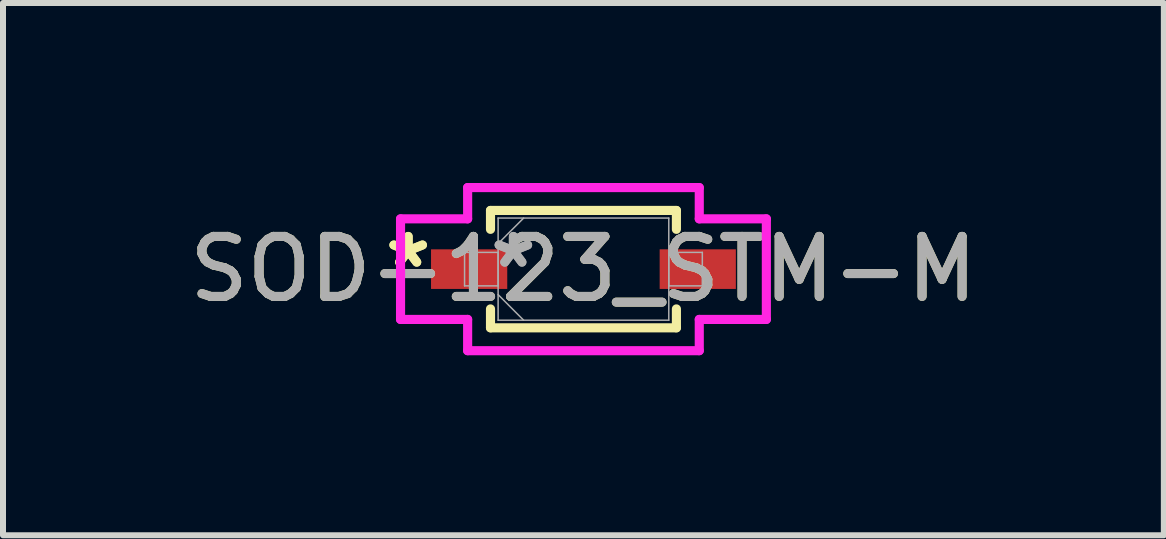
<source format=kicad_pcb>
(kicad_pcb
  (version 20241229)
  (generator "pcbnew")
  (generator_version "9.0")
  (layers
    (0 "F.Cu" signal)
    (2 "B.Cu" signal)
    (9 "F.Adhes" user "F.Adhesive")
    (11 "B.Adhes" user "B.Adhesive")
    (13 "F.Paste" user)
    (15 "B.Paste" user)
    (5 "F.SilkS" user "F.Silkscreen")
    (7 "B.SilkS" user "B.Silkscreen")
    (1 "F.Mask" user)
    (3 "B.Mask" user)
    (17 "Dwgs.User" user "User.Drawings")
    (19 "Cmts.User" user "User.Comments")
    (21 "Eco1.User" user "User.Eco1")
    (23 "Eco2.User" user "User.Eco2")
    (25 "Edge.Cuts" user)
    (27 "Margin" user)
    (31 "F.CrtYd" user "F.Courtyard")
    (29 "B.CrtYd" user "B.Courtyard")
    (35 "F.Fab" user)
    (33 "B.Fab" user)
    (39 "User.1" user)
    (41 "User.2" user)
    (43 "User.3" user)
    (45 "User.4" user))
  (footprint "SOD-123_STM-M"
    (layer "F.Cu")
    (at 6.673 1.435)
    (property "Reference" "SOD-123_STM-M" (at 0 0 0) (unlocked yes) (layer "F.SilkS") (effects (font (size 1 1) (thickness 0.15))))
    (attr smd)
    (fp_line (start -1.549 -0.978) (end -1.549 -0.663) (stroke (width 0.152) (type solid)) (layer "F.SilkS"))
    (fp_line (start -1.549 0.663) (end -1.549 0.978) (stroke (width 0.152) (type solid)) (layer "F.SilkS"))
    (fp_line (start -1.549 0.978) (end 1.549 0.978) (stroke (width 0.152) (type solid)) (layer "F.SilkS"))
    (fp_line (start 1.549 -0.978) (end -1.549 -0.978) (stroke (width 0.152) (type solid)) (layer "F.SilkS"))
    (fp_line (start 1.549 -0.663) (end 1.549 -0.978) (stroke (width 0.152) (type solid)) (layer "F.SilkS"))
    (fp_line (start 1.549 0.978) (end 1.549 0.663) (stroke (width 0.152) (type solid)) (layer "F.SilkS"))
    (fp_line (start -3.048 -0.838) (end -1.93 -0.838) (stroke (width 0.152) (type solid)) (layer "F.CrtYd"))
    (fp_line (start -3.048 0.838) (end -3.048 -0.838) (stroke (width 0.152) (type solid)) (layer "F.CrtYd"))
    (fp_line (start -1.93 -1.359) (end 1.93 -1.359) (stroke (width 0.152) (type solid)) (layer "F.CrtYd"))
    (fp_line (start -1.93 -0.838) (end -1.93 -1.359) (stroke (width 0.152) (type solid)) (layer "F.CrtYd"))
    (fp_line (start -1.93 0.838) (end -3.048 0.838) (stroke (width 0.152) (type solid)) (layer "F.CrtYd"))
    (fp_line (start -1.93 1.359) (end -1.93 0.838) (stroke (width 0.152) (type solid)) (layer "F.CrtYd"))
    (fp_line (start 1.93 -1.359) (end 1.93 -0.838) (stroke (width 0.152) (type solid)) (layer "F.CrtYd"))
    (fp_line (start 1.93 -0.838) (end 3.048 -0.838) (stroke (width 0.152) (type solid)) (layer "F.CrtYd"))
    (fp_line (start 1.93 0.838) (end 1.93 1.359) (stroke (width 0.152) (type solid)) (layer "F.CrtYd"))
    (fp_line (start 1.93 1.359) (end -1.93 1.359) (stroke (width 0.152) (type solid)) (layer "F.CrtYd"))
    (fp_line (start 3.048 -0.838) (end 3.048 0.838) (stroke (width 0.152) (type solid)) (layer "F.CrtYd"))
    (fp_line (start 3.048 0.838) (end 1.93 0.838) (stroke (width 0.152) (type solid)) (layer "F.CrtYd"))
    (fp_line (start -1.981 -0.279) (end -1.981 0.279) (stroke (width 0.025) (type solid)) (layer "F.Fab"))
    (fp_line (start -1.981 0.279) (end -1.422 0.279) (stroke (width 0.025) (type solid)) (layer "F.Fab"))
    (fp_line (start -1.422 -0.851) (end -1.422 0.851) (stroke (width 0.025) (type solid)) (layer "F.Fab"))
    (fp_line (start -1.422 -0.425) (end -0.997 -0.851) (stroke (width 0.025) (type solid)) (layer "F.Fab"))
    (fp_line (start -1.422 -0.279) (end -1.981 -0.279) (stroke (width 0.025) (type solid)) (layer "F.Fab"))
    (fp_line (start -1.422 0.279) (end -1.422 -0.279) (stroke (width 0.025) (type solid)) (layer "F.Fab"))
    (fp_line (start -1.422 0.425) (end -0.997 0.851) (stroke (width 0.025) (type solid)) (layer "F.Fab"))
    (fp_line (start -1.422 0.851) (end 1.422 0.851) (stroke (width 0.025) (type solid)) (layer "F.Fab"))
    (fp_line (start 1.422 -0.851) (end -1.422 -0.851) (stroke (width 0.025) (type solid)) (layer "F.Fab"))
    (fp_line (start 1.422 -0.279) (end 1.422 0.279) (stroke (width 0.025) (type solid)) (layer "F.Fab"))
    (fp_line (start 1.422 0.279) (end 1.981 0.279) (stroke (width 0.025) (type solid)) (layer "F.Fab"))
    (fp_line (start 1.422 0.851) (end 1.422 -0.851) (stroke (width 0.025) (type solid)) (layer "F.Fab"))
    (fp_line (start 1.981 -0.279) (end 1.422 -0.279) (stroke (width 0.025) (type solid)) (layer "F.Fab"))
    (fp_line (start 1.981 0.279) (end 1.981 -0.279) (stroke (width 0.025) (type solid)) (layer "F.Fab"))
    (fp_text user "*" (at -2.921 0 0) (layer "F.SilkS") (effects (font (size 1 1) (thickness 0.15))))
    (fp_text user "*" (at -2.921 0 0) (unlocked yes) (layer "F.SilkS") (effects (font (size 1 1) (thickness 0.15))))
    (fp_text user "${REFERENCE}" (at 0 0 0) (unlocked yes) (layer "F.Fab") (effects (font (size 1 1) (thickness 0.15))))
    (fp_text user "*" (at -1.168 0 0) (unlocked yes) (layer "F.Fab") (effects (font (size 1 1) (thickness 0.15))))
    (fp_text user "*" (at -1.168 0 0) (layer "F.Fab") (effects (font (size 1 1) (thickness 0.15))))
    (pad "1" smd rect (at -1.905 0) (size 1.27 0.66) (layers "F.Cu" "F.Mask" "F.Paste"))
    (pad "2" smd rect (at 1.905 0) (size 1.27 0.66) (layers "F.Cu" "F.Mask" "F.Paste")))
  (gr_rect
    (start -3 -3)
    (end 16.345 5.87)
    (stroke (width 0.1) (type default))
    (fill no)
    (layer "Edge.Cuts")))
</source>
